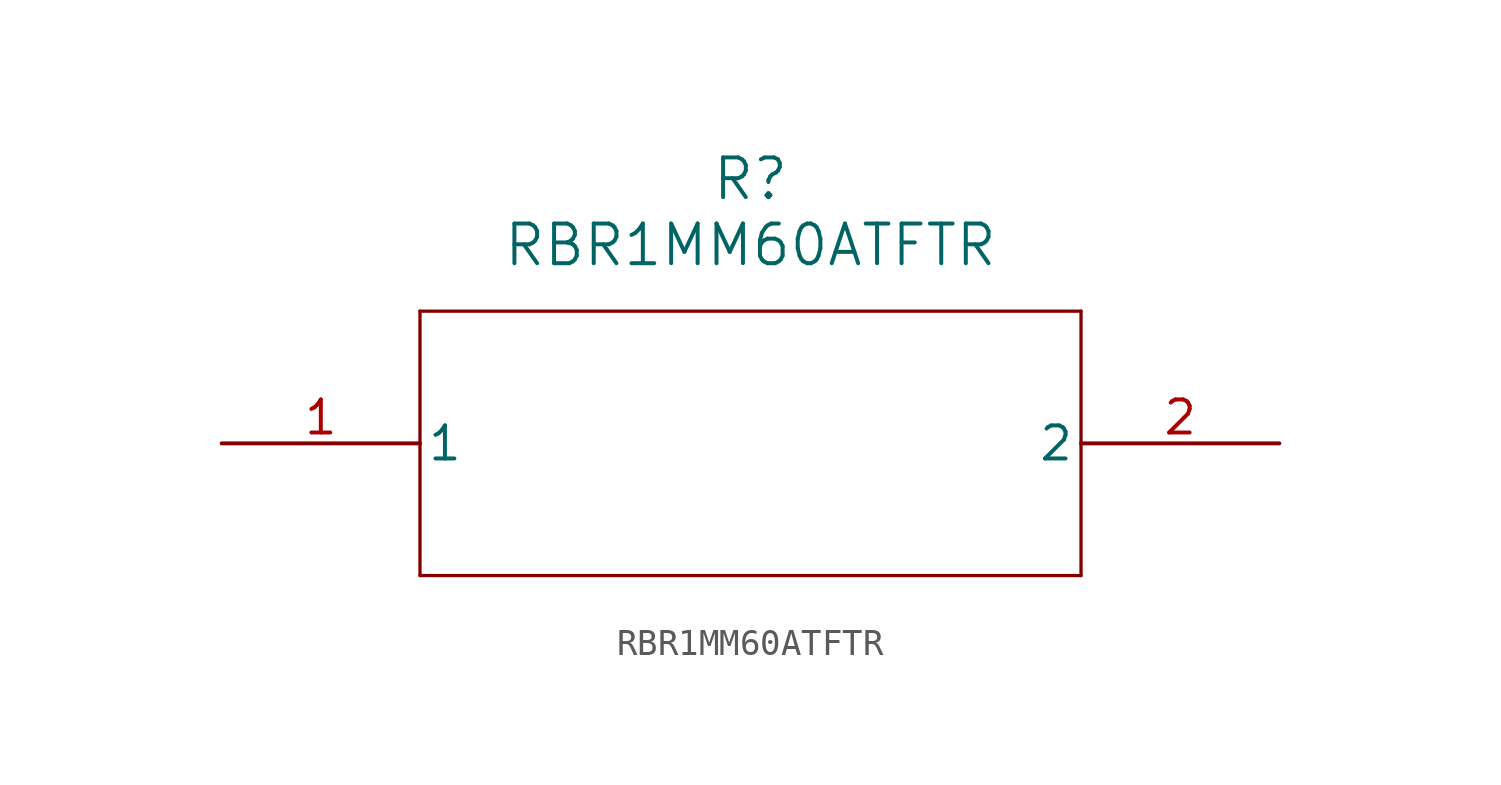
<source format=kicad_sym>
(kicad_symbol_lib
  (version 20211014)
  (generator kicad_symbol_editor)
  (symbol "RBR1MM60ATFTR"
    (pin_names
      (offset 0.254))
    (property "Reference" "R"
      (at 20.32 10.16 0)
      (effects (font (size 1.524 1.524))))
    (property "Value" "RBR1MM60ATFTR"
      (at 20.32 7.62 0)
      (effects (font (size 1.524 1.524))))
    (symbol "RBR1MM60ATFTR_0_1"
      (polyline (pts (xy 7.62 5.08) (xy 7.62 -5.08)) (stroke (width 0.127) (type default) (color 0 0 0 0)) (fill (type none)))
      (polyline (pts (xy 7.62 -5.08) (xy 33.02 -5.08)) (stroke (width 0.127) (type default) (color 0 0 0 0)) (fill (type none)))
      (polyline (pts (xy 33.02 -5.08) (xy 33.02 5.08)) (stroke (width 0.127) (type default) (color 0 0 0 0)) (fill (type none)))
      (polyline (pts (xy 33.02 5.08) (xy 7.62 5.08)) (stroke (width 0.127) (type default) (color 0 0 0 0)) (fill (type none)))
      (pin unspecified line (at 0 0 0) (length 7.62) (name "1" (effects (font (size 1.27 1.27)))) (number "1" (effects (font (size 1.27 1.27)))))
      (pin unspecified line (at 40.64 0 180) (length 7.62) (name "2" (effects (font (size 1.27 1.27)))) (number "2" (effects (font (size 1.27 1.27))))))))
</source>
